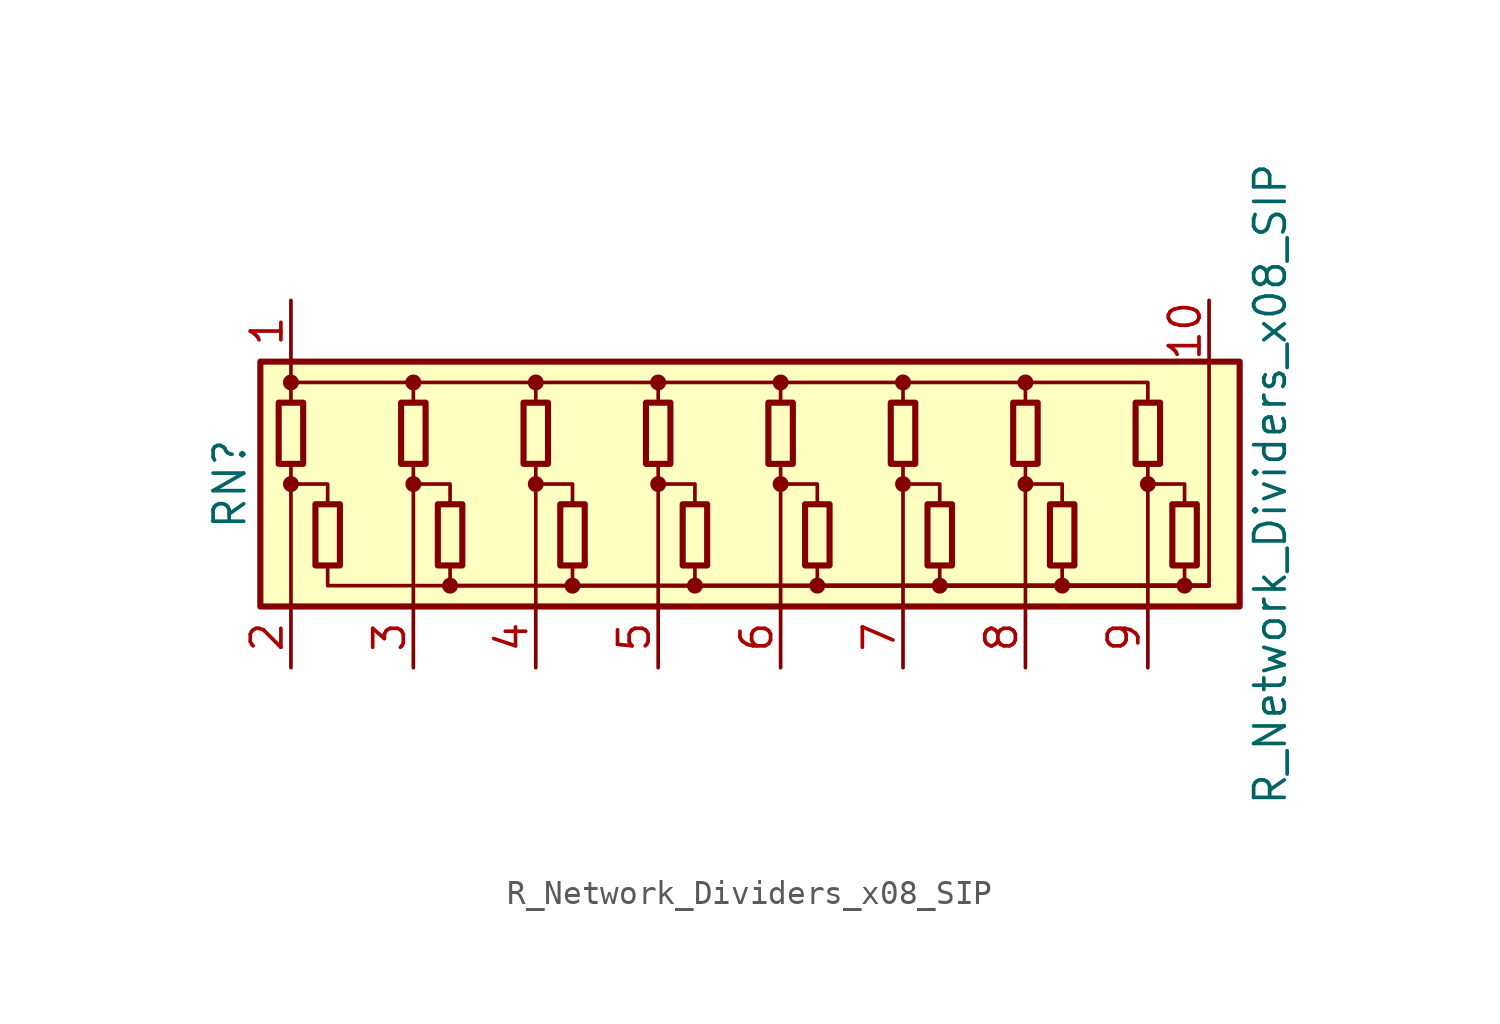
<source format=kicad_sym>
(kicad_symbol_lib
  (version 20211014)
  (generator kicad_symbol_editor)
  (symbol "R_Network_Dividers_x08_SIP"
    (pin_names
      (offset 0) hide)
    (property "Reference" "RN"
      (at -22.86 0 90)
      (effects (font (size 1.27 1.27))))
    (property "Value" "R_Network_Dividers_x08_SIP"
      (at 20.32 0 90)
      (effects (font (size 1.27 1.27))))
    (symbol "R_Network_Dividers_x08_SIP_0_1"
      (rectangle (start -21.59 -5.08) (end 19.05 5.08) (stroke (width 0.254) (type default) (color 0 0 0 0)) (fill (type background)))
      (rectangle (start -20.828 3.378) (end -19.812 0.838) (stroke (width 0.254) (type default) (color 0 0 0 0)) (fill (type none)))
      (circle (center -20.32 0) (radius 0.254) (stroke (width 0) (type default) (color 0 0 0 0)) (fill (type outline)))
      (circle (center -20.32 4.216) (radius 0.254) (stroke (width 0) (type default) (color 0 0 0 0)) (fill (type outline)))
      (rectangle (start -19.304 -3.378) (end -18.288 -0.838) (stroke (width 0.254) (type default) (color 0 0 0 0)) (fill (type none)))
      (rectangle (start -15.748 3.378) (end -14.732 0.838) (stroke (width 0.254) (type default) (color 0 0 0 0)) (fill (type none)))
      (circle (center -15.24 0) (radius 0.254) (stroke (width 0) (type default) (color 0 0 0 0)) (fill (type outline)))
      (circle (center -15.24 4.216) (radius 0.254) (stroke (width 0) (type default) (color 0 0 0 0)) (fill (type outline)))
      (rectangle (start -14.224 -3.378) (end -13.208 -0.838) (stroke (width 0.254) (type default) (color 0 0 0 0)) (fill (type none)))
      (circle (center -13.716 -4.216) (radius 0.254) (stroke (width 0) (type default) (color 0 0 0 0)) (fill (type outline)))
      (rectangle (start -10.668 3.378) (end -9.652 0.838) (stroke (width 0.254) (type default) (color 0 0 0 0)) (fill (type none)))
      (circle (center -10.16 0) (radius 0.254) (stroke (width 0) (type default) (color 0 0 0 0)) (fill (type outline)))
      (circle (center -10.16 4.216) (radius 0.254) (stroke (width 0) (type default) (color 0 0 0 0)) (fill (type outline)))
      (rectangle (start -9.144 -3.378) (end -8.128 -0.838) (stroke (width 0.254) (type default) (color 0 0 0 0)) (fill (type none)))
      (circle (center -8.636 -4.216) (radius 0.254) (stroke (width 0) (type default) (color 0 0 0 0)) (fill (type outline)))
      (rectangle (start -5.588 3.378) (end -4.572 0.838) (stroke (width 0.254) (type default) (color 0 0 0 0)) (fill (type none)))
      (circle (center -5.08 0) (radius 0.254) (stroke (width 0) (type default) (color 0 0 0 0)) (fill (type outline)))
      (circle (center -5.08 4.216) (radius 0.254) (stroke (width 0) (type default) (color 0 0 0 0)) (fill (type outline)))
      (rectangle (start -4.064 -3.378) (end -3.048 -0.838) (stroke (width 0.254) (type default) (color 0 0 0 0)) (fill (type none)))
      (circle (center -3.556 -4.216) (radius 0.254) (stroke (width 0) (type default) (color 0 0 0 0)) (fill (type outline)))
      (rectangle (start -0.508 3.378) (end 0.508 0.838) (stroke (width 0.254) (type default) (color 0 0 0 0)) (fill (type none)))
      (polyline (pts (xy -20.32 -5.08) (xy -20.32 0.838)) (stroke (width 0) (type default) (color 0 0 0 0)) (fill (type none)))
      (polyline (pts (xy -20.32 5.08) (xy -20.32 3.378)) (stroke (width 0) (type default) (color 0 0 0 0)) (fill (type none)))
      (polyline (pts (xy -15.24 -5.08) (xy -15.24 0.838)) (stroke (width 0) (type default) (color 0 0 0 0)) (fill (type none)))
      (polyline (pts (xy -10.16 -5.08) (xy -10.16 0.838)) (stroke (width 0) (type default) (color 0 0 0 0)) (fill (type none)))
      (polyline (pts (xy -5.08 -5.08) (xy -5.08 0.838)) (stroke (width 0) (type default) (color 0 0 0 0)) (fill (type none)))
      (polyline (pts (xy 0 -5.08) (xy 0 0.838)) (stroke (width 0) (type default) (color 0 0 0 0)) (fill (type none)))
      (polyline (pts (xy 5.08 -5.08) (xy 5.08 0.838)) (stroke (width 0) (type default) (color 0 0 0 0)) (fill (type none)))
      (polyline (pts (xy 10.16 -5.08) (xy 10.16 0.838)) (stroke (width 0) (type default) (color 0 0 0 0)) (fill (type none)))
      (polyline (pts (xy 15.24 -5.08) (xy 15.24 0.838)) (stroke (width 0) (type default) (color 0 0 0 0)) (fill (type none)))
      (polyline (pts (xy 17.78 -4.216) (xy 17.78 5.08)) (stroke (width 0) (type default) (color 0 0 0 0)) (fill (type none)))
      (polyline (pts (xy -20.32 0) (xy -18.796 0) (xy -18.796 -0.838)) (stroke (width 0) (type default) (color 0 0 0 0)) (fill (type none)))
      (polyline (pts (xy -20.32 4.216) (xy -15.24 4.216) (xy -15.24 3.378)) (stroke (width 0) (type default) (color 0 0 0 0)) (fill (type none)))
      (polyline (pts (xy -18.796 -3.378) (xy -18.796 -4.216) (xy 17.78 -4.216)) (stroke (width 0) (type default) (color 0 0 0 0)) (fill (type none)))
      (polyline (pts (xy -15.24 0) (xy -13.716 0) (xy -13.716 -0.838)) (stroke (width 0) (type default) (color 0 0 0 0)) (fill (type none)))
      (polyline (pts (xy -15.24 4.216) (xy -10.16 4.216) (xy -10.16 3.378)) (stroke (width 0) (type default) (color 0 0 0 0)) (fill (type none)))
      (polyline (pts (xy -13.716 -3.378) (xy -13.716 -4.216) (xy 17.78 -4.216)) (stroke (width 0) (type default) (color 0 0 0 0)) (fill (type none)))
      (polyline (pts (xy -10.16 0) (xy -8.636 0) (xy -8.636 -0.838)) (stroke (width 0) (type default) (color 0 0 0 0)) (fill (type none)))
      (polyline (pts (xy -10.16 4.216) (xy -5.08 4.216) (xy -5.08 3.378)) (stroke (width 0) (type default) (color 0 0 0 0)) (fill (type none)))
      (polyline (pts (xy -8.636 -3.378) (xy -8.636 -4.216) (xy 17.78 -4.216)) (stroke (width 0) (type default) (color 0 0 0 0)) (fill (type none)))
      (polyline (pts (xy -5.08 0) (xy -3.556 0) (xy -3.556 -0.838)) (stroke (width 0) (type default) (color 0 0 0 0)) (fill (type none)))
      (polyline (pts (xy -5.08 4.216) (xy 0 4.216) (xy 0 3.378)) (stroke (width 0) (type default) (color 0 0 0 0)) (fill (type none)))
      (polyline (pts (xy -3.556 -3.378) (xy -3.556 -4.216) (xy 17.78 -4.216)) (stroke (width 0) (type default) (color 0 0 0 0)) (fill (type none)))
      (polyline (pts (xy 0 0) (xy 1.524 0) (xy 1.524 -0.838)) (stroke (width 0) (type default) (color 0 0 0 0)) (fill (type none)))
      (polyline (pts (xy 0 4.216) (xy 5.08 4.216) (xy 5.08 3.378)) (stroke (width 0) (type default) (color 0 0 0 0)) (fill (type none)))
      (polyline (pts (xy 1.524 -3.378) (xy 1.524 -4.216) (xy 17.78 -4.216)) (stroke (width 0) (type default) (color 0 0 0 0)) (fill (type none)))
      (polyline (pts (xy 5.08 0) (xy 6.604 0) (xy 6.604 -0.838)) (stroke (width 0) (type default) (color 0 0 0 0)) (fill (type none)))
      (polyline (pts (xy 5.08 4.216) (xy 10.16 4.216) (xy 10.16 3.378)) (stroke (width 0) (type default) (color 0 0 0 0)) (fill (type none)))
      (polyline (pts (xy 6.604 -3.378) (xy 6.604 -4.216) (xy 17.78 -4.216)) (stroke (width 0) (type default) (color 0 0 0 0)) (fill (type none)))
      (polyline (pts (xy 10.16 0) (xy 11.684 0) (xy 11.684 -0.838)) (stroke (width 0) (type default) (color 0 0 0 0)) (fill (type none)))
      (polyline (pts (xy 10.16 4.216) (xy 15.24 4.216) (xy 15.24 3.378)) (stroke (width 0) (type default) (color 0 0 0 0)) (fill (type none)))
      (polyline (pts (xy 11.684 -3.378) (xy 11.684 -4.216) (xy 17.78 -4.216)) (stroke (width 0) (type default) (color 0 0 0 0)) (fill (type none)))
      (polyline (pts (xy 15.24 0) (xy 16.764 0) (xy 16.764 -0.838)) (stroke (width 0) (type default) (color 0 0 0 0)) (fill (type none)))
      (polyline (pts (xy 16.764 -3.378) (xy 16.764 -4.216) (xy 17.78 -4.216)) (stroke (width 0) (type default) (color 0 0 0 0)) (fill (type none)))
      (circle (center 0 0) (radius 0.254) (stroke (width 0) (type default) (color 0 0 0 0)) (fill (type outline)))
      (circle (center 0 4.216) (radius 0.254) (stroke (width 0) (type default) (color 0 0 0 0)) (fill (type outline)))
      (rectangle (start 1.016 -3.378) (end 2.032 -0.838) (stroke (width 0.254) (type default) (color 0 0 0 0)) (fill (type none)))
      (circle (center 1.524 -4.216) (radius 0.254) (stroke (width 0) (type default) (color 0 0 0 0)) (fill (type outline)))
      (rectangle (start 4.572 3.378) (end 5.588 0.838) (stroke (width 0.254) (type default) (color 0 0 0 0)) (fill (type none)))
      (circle (center 5.08 0) (radius 0.254) (stroke (width 0) (type default) (color 0 0 0 0)) (fill (type outline)))
      (circle (center 5.08 4.216) (radius 0.254) (stroke (width 0) (type default) (color 0 0 0 0)) (fill (type outline)))
      (rectangle (start 6.096 -3.378) (end 7.112 -0.838) (stroke (width 0.254) (type default) (color 0 0 0 0)) (fill (type none)))
      (circle (center 6.604 -4.216) (radius 0.254) (stroke (width 0) (type default) (color 0 0 0 0)) (fill (type outline)))
      (rectangle (start 9.652 3.378) (end 10.668 0.838) (stroke (width 0.254) (type default) (color 0 0 0 0)) (fill (type none)))
      (circle (center 10.16 0) (radius 0.254) (stroke (width 0) (type default) (color 0 0 0 0)) (fill (type outline)))
      (circle (center 10.16 4.216) (radius 0.254) (stroke (width 0) (type default) (color 0 0 0 0)) (fill (type outline)))
      (rectangle (start 11.176 -3.378) (end 12.192 -0.838) (stroke (width 0.254) (type default) (color 0 0 0 0)) (fill (type none)))
      (circle (center 11.684 -4.216) (radius 0.254) (stroke (width 0) (type default) (color 0 0 0 0)) (fill (type outline)))
      (rectangle (start 14.732 3.378) (end 15.748 0.838) (stroke (width 0.254) (type default) (color 0 0 0 0)) (fill (type none)))
      (circle (center 15.24 0) (radius 0.254) (stroke (width 0) (type default) (color 0 0 0 0)) (fill (type outline)))
      (rectangle (start 16.256 -3.378) (end 17.272 -0.838) (stroke (width 0.254) (type default) (color 0 0 0 0)) (fill (type none)))
      (circle (center 16.764 -4.216) (radius 0.254) (stroke (width 0) (type default) (color 0 0 0 0)) (fill (type outline))))
    (symbol "R_Network_Dividers_x08_SIP_1_1"
      (pin passive line (at -20.32 7.62 270) (length 2.54) (name "COM1" (effects (font (size 1.27 1.27)))) (number "1" (effects (font (size 1.27 1.27)))))
      (pin passive line (at 17.78 7.62 270) (length 2.54) (name "COM2" (effects (font (size 1.27 1.27)))) (number "10" (effects (font (size 1.27 1.27)))))
      (pin passive line (at -20.32 -7.62 90) (length 2.54) (name "R1" (effects (font (size 1.27 1.27)))) (number "2" (effects (font (size 1.27 1.27)))))
      (pin passive line (at -15.24 -7.62 90) (length 2.54) (name "R2" (effects (font (size 1.27 1.27)))) (number "3" (effects (font (size 1.27 1.27)))))
      (pin passive line (at -10.16 -7.62 90) (length 2.54) (name "R3" (effects (font (size 1.27 1.27)))) (number "4" (effects (font (size 1.27 1.27)))))
      (pin passive line (at -5.08 -7.62 90) (length 2.54) (name "R4" (effects (font (size 1.27 1.27)))) (number "5" (effects (font (size 1.27 1.27)))))
      (pin passive line (at 0 -7.62 90) (length 2.54) (name "R5" (effects (font (size 1.27 1.27)))) (number "6" (effects (font (size 1.27 1.27)))))
      (pin passive line (at 5.08 -7.62 90) (length 2.54) (name "R6" (effects (font (size 1.27 1.27)))) (number "7" (effects (font (size 1.27 1.27)))))
      (pin passive line (at 10.16 -7.62 90) (length 2.54) (name "R7" (effects (font (size 1.27 1.27)))) (number "8" (effects (font (size 1.27 1.27)))))
      (pin passive line (at 15.24 -7.62 90) (length 2.54) (name "R8" (effects (font (size 1.27 1.27)))) (number "9" (effects (font (size 1.27 1.27))))))))
</source>
